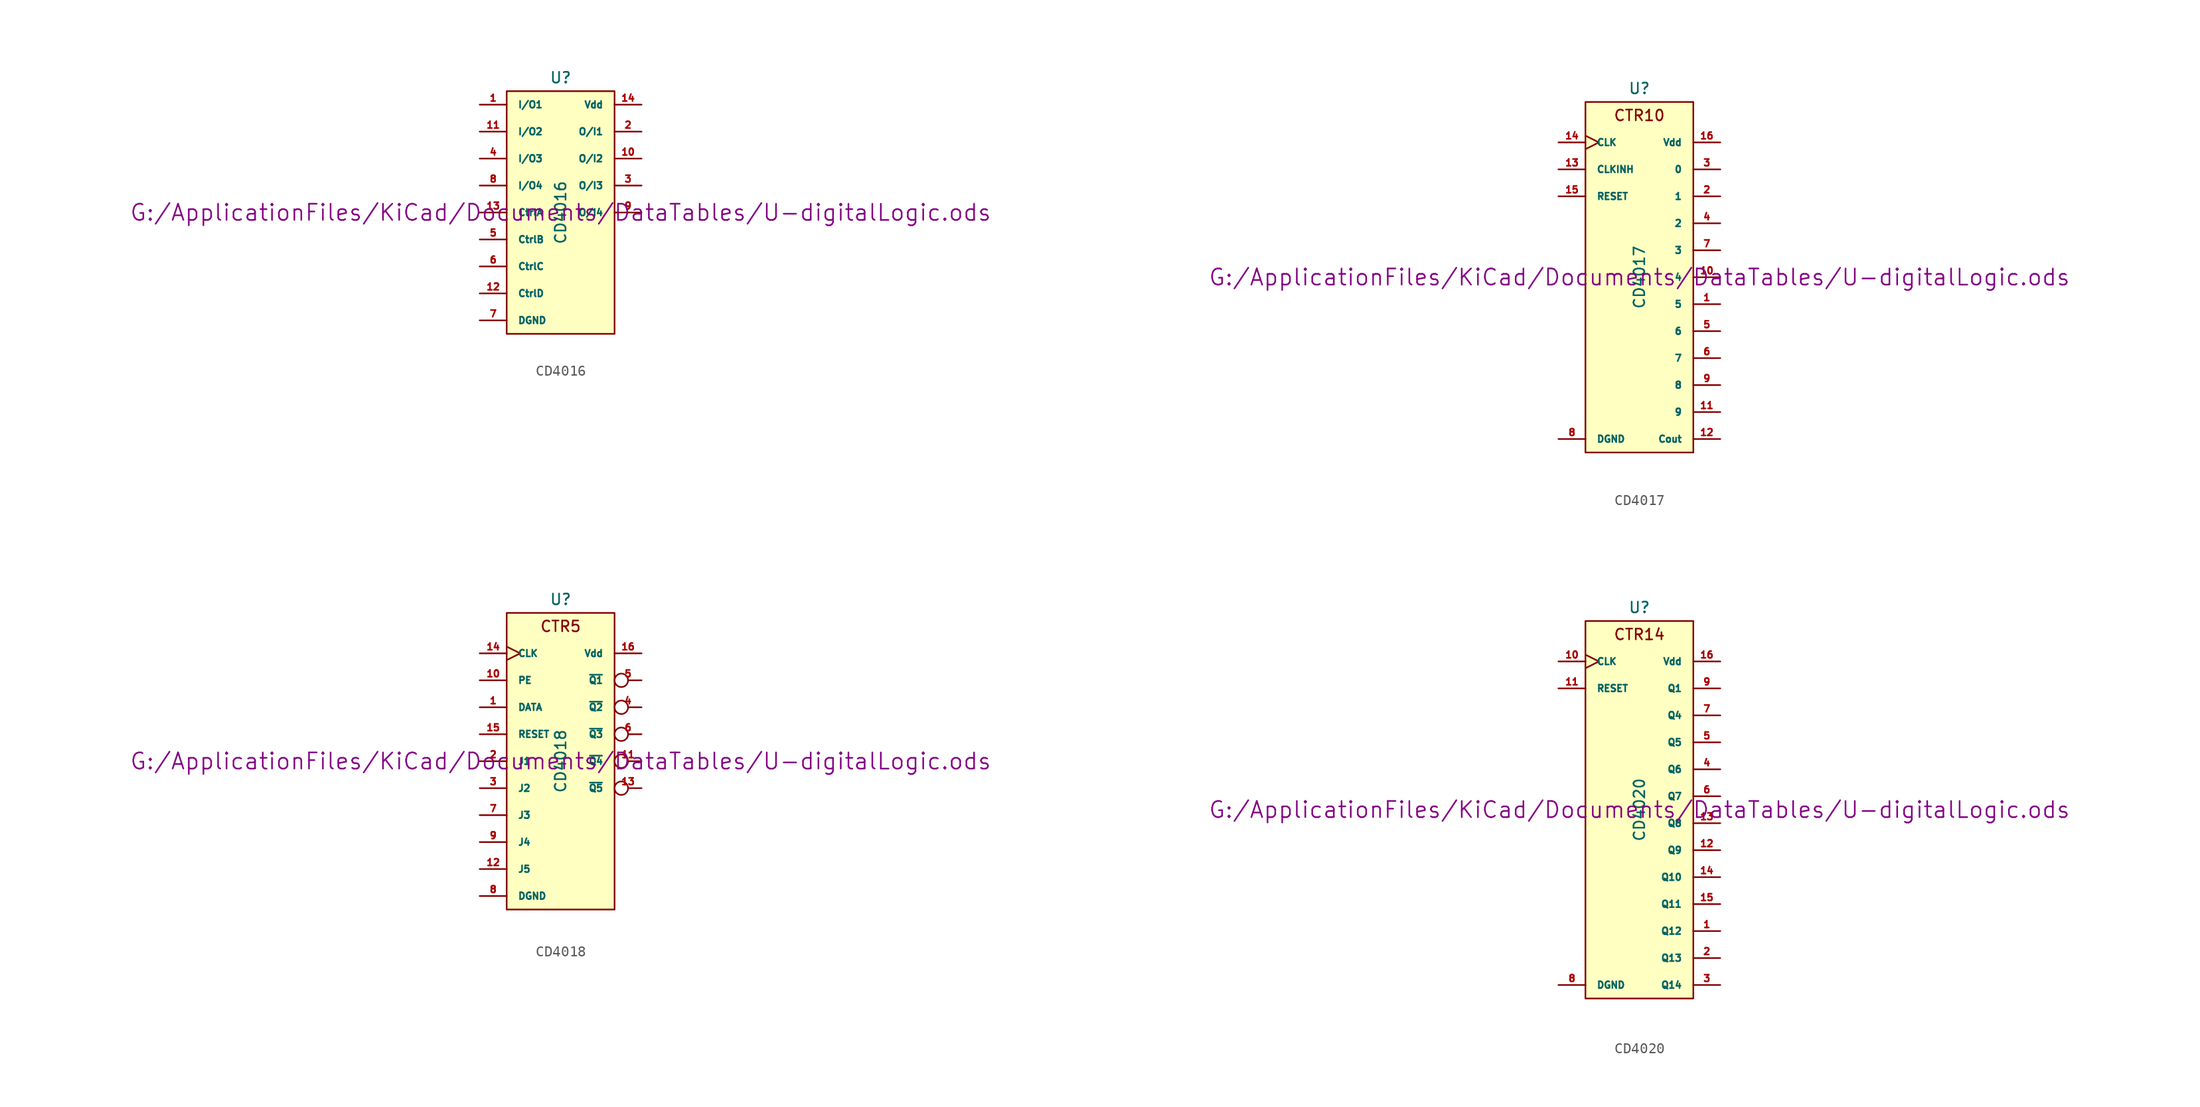
<source format=kicad_sym>
(kicad_symbol_lib
  (version 20211014)
  (generator kicad_symbol_editor)
  (symbol "CD4016"
    (pin_names
      (offset 1.016))
    (property "Reference" "U"
      (at 0 12.7 0)
      (effects (font (size 1.016 1.016))))
    (property "Value" "CD4016"
      (at 0 0 90)
      (effects (font (size 1.016 1.016))))
    (property "Footprint" ""
      (at 0 0 0)
      (effects (font (size 1.524 1.524))))
    (property "Datasheet" "G:/ApplicationFiles/KiCad/Documents/DataTables/U-digitalLogic.ods"
      (at 0 0 0)
      (effects (font (size 1.524 1.524))))
    (symbol "CD4016_0_1"
      (rectangle (start -5.08 11.43) (end 5.08 -11.43) (stroke (width 0) (type default) (color 0 0 0 0)) (fill (type background))))
    (symbol "CD4016_1_1"
      (pin bidirectional line (at -7.62 10.16 0) (length 2.54) (name "I/O1" (effects (font (size 0.635 0.635)))) (number "1" (effects (font (size 0.635 0.635)))))
      (pin bidirectional line (at 7.62 5.08 180) (length 2.54) (name "O/I2" (effects (font (size 0.635 0.635)))) (number "10" (effects (font (size 0.635 0.635)))))
      (pin bidirectional line (at -7.62 7.62 0) (length 2.54) (name "I/O2" (effects (font (size 0.635 0.635)))) (number "11" (effects (font (size 0.635 0.635)))))
      (pin input line (at -7.62 -7.62 0) (length 2.54) (name "CtrlD" (effects (font (size 0.635 0.635)))) (number "12" (effects (font (size 0.635 0.635)))))
      (pin input line (at -7.62 0 0) (length 2.54) (name "CtrlA" (effects (font (size 0.635 0.635)))) (number "13" (effects (font (size 0.635 0.635)))))
      (pin power_in line (at 7.62 10.16 180) (length 2.54) (name "Vdd" (effects (font (size 0.635 0.635)))) (number "14" (effects (font (size 0.635 0.635)))))
      (pin bidirectional line (at 7.62 7.62 180) (length 2.54) (name "O/I1" (effects (font (size 0.635 0.635)))) (number "2" (effects (font (size 0.635 0.635)))))
      (pin bidirectional line (at 7.62 2.54 180) (length 2.54) (name "O/I3" (effects (font (size 0.635 0.635)))) (number "3" (effects (font (size 0.635 0.635)))))
      (pin bidirectional line (at -7.62 5.08 0) (length 2.54) (name "I/O3" (effects (font (size 0.635 0.635)))) (number "4" (effects (font (size 0.635 0.635)))))
      (pin input line (at -7.62 -2.54 0) (length 2.54) (name "CtrlB" (effects (font (size 0.635 0.635)))) (number "5" (effects (font (size 0.635 0.635)))))
      (pin input line (at -7.62 -5.08 0) (length 2.54) (name "CtrlC" (effects (font (size 0.635 0.635)))) (number "6" (effects (font (size 0.635 0.635)))))
      (pin power_in line (at -7.62 -10.16 0) (length 2.54) (name "DGND" (effects (font (size 0.635 0.635)))) (number "7" (effects (font (size 0.635 0.635)))))
      (pin bidirectional line (at -7.62 2.54 0) (length 2.54) (name "I/O4" (effects (font (size 0.635 0.635)))) (number "8" (effects (font (size 0.635 0.635)))))
      (pin bidirectional line (at 7.62 0 180) (length 2.54) (name "O/I4" (effects (font (size 0.635 0.635)))) (number "9" (effects (font (size 0.635 0.635)))))))
  (symbol "CD4017"
    (pin_names
      (offset 1.016))
    (property "Reference" "U"
      (at 0 17.78 0)
      (effects (font (size 1.016 1.016))))
    (property "Value" "CD4017"
      (at 0 0 90)
      (effects (font (size 1.016 1.016))))
    (property "Footprint" ""
      (at 0 0 0)
      (effects (font (size 1.524 1.524))))
    (property "Datasheet" "G:/ApplicationFiles/KiCad/Documents/DataTables/U-digitalLogic.ods"
      (at 0 0 0)
      (effects (font (size 1.524 1.524))))
    (symbol "CD4017_0_0"
      (text "CTR10" (at 0 15.24 0) (effects (font (size 1.016 1.016)))))
    (symbol "CD4017_0_1"
      (rectangle (start -5.08 16.51) (end 5.08 -16.51) (stroke (width 0) (type default) (color 0 0 0 0)) (fill (type background))))
    (symbol "CD4017_1_1"
      (pin output line (at 7.62 -2.54 180) (length 2.54) (name "5" (effects (font (size 0.635 0.635)))) (number "1" (effects (font (size 0.635 0.635)))))
      (pin output line (at 7.62 0 180) (length 2.54) (name "4" (effects (font (size 0.635 0.635)))) (number "10" (effects (font (size 0.635 0.635)))))
      (pin output line (at 7.62 -12.7 180) (length 2.54) (name "9" (effects (font (size 0.635 0.635)))) (number "11" (effects (font (size 0.635 0.635)))))
      (pin output line (at 7.62 -15.24 180) (length 2.54) (name "Cout" (effects (font (size 0.635 0.635)))) (number "12" (effects (font (size 0.635 0.635)))))
      (pin input line (at -7.62 10.16 0) (length 2.54) (name "CLKINH" (effects (font (size 0.635 0.635)))) (number "13" (effects (font (size 0.635 0.635)))))
      (pin input clock (at -7.62 12.7 0) (length 2.54) (name "CLK" (effects (font (size 0.635 0.635)))) (number "14" (effects (font (size 0.635 0.635)))))
      (pin input line (at -7.62 7.62 0) (length 2.54) (name "RESET" (effects (font (size 0.635 0.635)))) (number "15" (effects (font (size 0.635 0.635)))))
      (pin power_in line (at 7.62 12.7 180) (length 2.54) (name "Vdd" (effects (font (size 0.635 0.635)))) (number "16" (effects (font (size 0.635 0.635)))))
      (pin output line (at 7.62 7.62 180) (length 2.54) (name "1" (effects (font (size 0.635 0.635)))) (number "2" (effects (font (size 0.635 0.635)))))
      (pin output line (at 7.62 10.16 180) (length 2.54) (name "0" (effects (font (size 0.635 0.635)))) (number "3" (effects (font (size 0.635 0.635)))))
      (pin output line (at 7.62 5.08 180) (length 2.54) (name "2" (effects (font (size 0.635 0.635)))) (number "4" (effects (font (size 0.635 0.635)))))
      (pin output line (at 7.62 -5.08 180) (length 2.54) (name "6" (effects (font (size 0.635 0.635)))) (number "5" (effects (font (size 0.635 0.635)))))
      (pin output line (at 7.62 -7.62 180) (length 2.54) (name "7" (effects (font (size 0.635 0.635)))) (number "6" (effects (font (size 0.635 0.635)))))
      (pin output line (at 7.62 2.54 180) (length 2.54) (name "3" (effects (font (size 0.635 0.635)))) (number "7" (effects (font (size 0.635 0.635)))))
      (pin power_in line (at -7.62 -15.24 0) (length 2.54) (name "DGND" (effects (font (size 0.635 0.635)))) (number "8" (effects (font (size 0.635 0.635)))))
      (pin output line (at 7.62 -10.16 180) (length 2.54) (name "8" (effects (font (size 0.635 0.635)))) (number "9" (effects (font (size 0.635 0.635)))))))
  (symbol "CD4018"
    (pin_names
      (offset 1.016))
    (property "Reference" "U"
      (at 0 15.24 0)
      (effects (font (size 1.016 1.016))))
    (property "Value" "CD4018"
      (at 0 0 90)
      (effects (font (size 1.016 1.016))))
    (property "Footprint" ""
      (at 0 0 0)
      (effects (font (size 1.524 1.524))))
    (property "Datasheet" "G:/ApplicationFiles/KiCad/Documents/DataTables/U-digitalLogic.ods"
      (at 0 0 0)
      (effects (font (size 1.524 1.524))))
    (symbol "CD4018_0_0"
      (text "CTR5" (at 0 12.7 0) (effects (font (size 1.016 1.016)))))
    (symbol "CD4018_0_1"
      (rectangle (start -5.08 13.97) (end 5.08 -13.97) (stroke (width 0) (type default) (color 0 0 0 0)) (fill (type background))))
    (symbol "CD4018_1_1"
      (pin input line (at -7.62 5.08 0) (length 2.54) (name "DATA" (effects (font (size 0.635 0.635)))) (number "1" (effects (font (size 0.635 0.635)))))
      (pin input line (at -7.62 7.62 0) (length 2.54) (name "PE" (effects (font (size 0.635 0.635)))) (number "10" (effects (font (size 0.635 0.635)))))
      (pin output inverted (at 7.62 0 180) (length 2.54) (name "~{Q4}" (effects (font (size 0.635 0.635)))) (number "11" (effects (font (size 0.635 0.635)))))
      (pin input line (at -7.62 -10.16 0) (length 2.54) (name "J5" (effects (font (size 0.635 0.635)))) (number "12" (effects (font (size 0.635 0.635)))))
      (pin output inverted (at 7.62 -2.54 180) (length 2.54) (name "~{Q5}" (effects (font (size 0.635 0.635)))) (number "13" (effects (font (size 0.635 0.635)))))
      (pin input clock (at -7.62 10.16 0) (length 2.54) (name "CLK" (effects (font (size 0.635 0.635)))) (number "14" (effects (font (size 0.635 0.635)))))
      (pin input line (at -7.62 2.54 0) (length 2.54) (name "RESET" (effects (font (size 0.635 0.635)))) (number "15" (effects (font (size 0.635 0.635)))))
      (pin power_in line (at 7.62 10.16 180) (length 2.54) (name "Vdd" (effects (font (size 0.635 0.635)))) (number "16" (effects (font (size 0.635 0.635)))))
      (pin input line (at -7.62 0 0) (length 2.54) (name "J1" (effects (font (size 0.635 0.635)))) (number "2" (effects (font (size 0.635 0.635)))))
      (pin input line (at -7.62 -2.54 0) (length 2.54) (name "J2" (effects (font (size 0.635 0.635)))) (number "3" (effects (font (size 0.635 0.635)))))
      (pin output inverted (at 7.62 5.08 180) (length 2.54) (name "~{Q2}" (effects (font (size 0.635 0.635)))) (number "4" (effects (font (size 0.635 0.635)))))
      (pin output inverted (at 7.62 7.62 180) (length 2.54) (name "~{Q1}" (effects (font (size 0.635 0.635)))) (number "5" (effects (font (size 0.635 0.635)))))
      (pin output inverted (at 7.62 2.54 180) (length 2.54) (name "~{Q3}" (effects (font (size 0.635 0.635)))) (number "6" (effects (font (size 0.635 0.635)))))
      (pin input line (at -7.62 -5.08 0) (length 2.54) (name "J3" (effects (font (size 0.635 0.635)))) (number "7" (effects (font (size 0.635 0.635)))))
      (pin power_in line (at -7.62 -12.7 0) (length 2.54) (name "DGND" (effects (font (size 0.635 0.635)))) (number "8" (effects (font (size 0.635 0.635)))))
      (pin input line (at -7.62 -7.62 0) (length 2.54) (name "J4" (effects (font (size 0.635 0.635)))) (number "9" (effects (font (size 0.635 0.635)))))))
  (symbol "CD4020"
    (pin_names
      (offset 1.016))
    (property "Reference" "U"
      (at 0 19.05 0)
      (effects (font (size 1.016 1.016))))
    (property "Value" "CD4020"
      (at 0 0 90)
      (effects (font (size 1.016 1.016))))
    (property "Footprint" ""
      (at 0 0 0)
      (effects (font (size 1.524 1.524))))
    (property "Datasheet" "G:/ApplicationFiles/KiCad/Documents/DataTables/U-digitalLogic.ods"
      (at 0 0 0)
      (effects (font (size 1.524 1.524))))
    (symbol "CD4020_0_0"
      (text "CTR14" (at 0 16.51 0) (effects (font (size 1.016 1.016)))))
    (symbol "CD4020_0_1"
      (rectangle (start -5.08 17.78) (end 5.08 -17.78) (stroke (width 0) (type default) (color 0 0 0 0)) (fill (type background))))
    (symbol "CD4020_1_1"
      (pin output line (at 7.62 -11.43 180) (length 2.54) (name "Q12" (effects (font (size 0.635 0.635)))) (number "1" (effects (font (size 0.635 0.635)))))
      (pin input clock (at -7.62 13.97 0) (length 2.54) (name "CLK" (effects (font (size 0.635 0.635)))) (number "10" (effects (font (size 0.635 0.635)))))
      (pin input line (at -7.62 11.43 0) (length 2.54) (name "RESET" (effects (font (size 0.635 0.635)))) (number "11" (effects (font (size 0.635 0.635)))))
      (pin output line (at 7.62 -3.81 180) (length 2.54) (name "Q9" (effects (font (size 0.635 0.635)))) (number "12" (effects (font (size 0.635 0.635)))))
      (pin output line (at 7.62 -1.27 180) (length 2.54) (name "Q8" (effects (font (size 0.635 0.635)))) (number "13" (effects (font (size 0.635 0.635)))))
      (pin output line (at 7.62 -6.35 180) (length 2.54) (name "Q10" (effects (font (size 0.635 0.635)))) (number "14" (effects (font (size 0.635 0.635)))))
      (pin output line (at 7.62 -8.89 180) (length 2.54) (name "Q11" (effects (font (size 0.635 0.635)))) (number "15" (effects (font (size 0.635 0.635)))))
      (pin power_in line (at 7.62 13.97 180) (length 2.54) (name "Vdd" (effects (font (size 0.635 0.635)))) (number "16" (effects (font (size 0.635 0.635)))))
      (pin output line (at 7.62 -13.97 180) (length 2.54) (name "Q13" (effects (font (size 0.635 0.635)))) (number "2" (effects (font (size 0.635 0.635)))))
      (pin output line (at 7.62 -16.51 180) (length 2.54) (name "Q14" (effects (font (size 0.635 0.635)))) (number "3" (effects (font (size 0.635 0.635)))))
      (pin output line (at 7.62 3.81 180) (length 2.54) (name "Q6" (effects (font (size 0.635 0.635)))) (number "4" (effects (font (size 0.635 0.635)))))
      (pin output line (at 7.62 6.35 180) (length 2.54) (name "Q5" (effects (font (size 0.635 0.635)))) (number "5" (effects (font (size 0.635 0.635)))))
      (pin output line (at 7.62 1.27 180) (length 2.54) (name "Q7" (effects (font (size 0.635 0.635)))) (number "6" (effects (font (size 0.635 0.635)))))
      (pin output line (at 7.62 8.89 180) (length 2.54) (name "Q4" (effects (font (size 0.635 0.635)))) (number "7" (effects (font (size 0.635 0.635)))))
      (pin power_in line (at -7.62 -16.51 0) (length 2.54) (name "DGND" (effects (font (size 0.635 0.635)))) (number "8" (effects (font (size 0.635 0.635)))))
      (pin output line (at 7.62 11.43 180) (length 2.54) (name "Q1" (effects (font (size 0.635 0.635)))) (number "9" (effects (font (size 0.635 0.635))))))))
</source>
